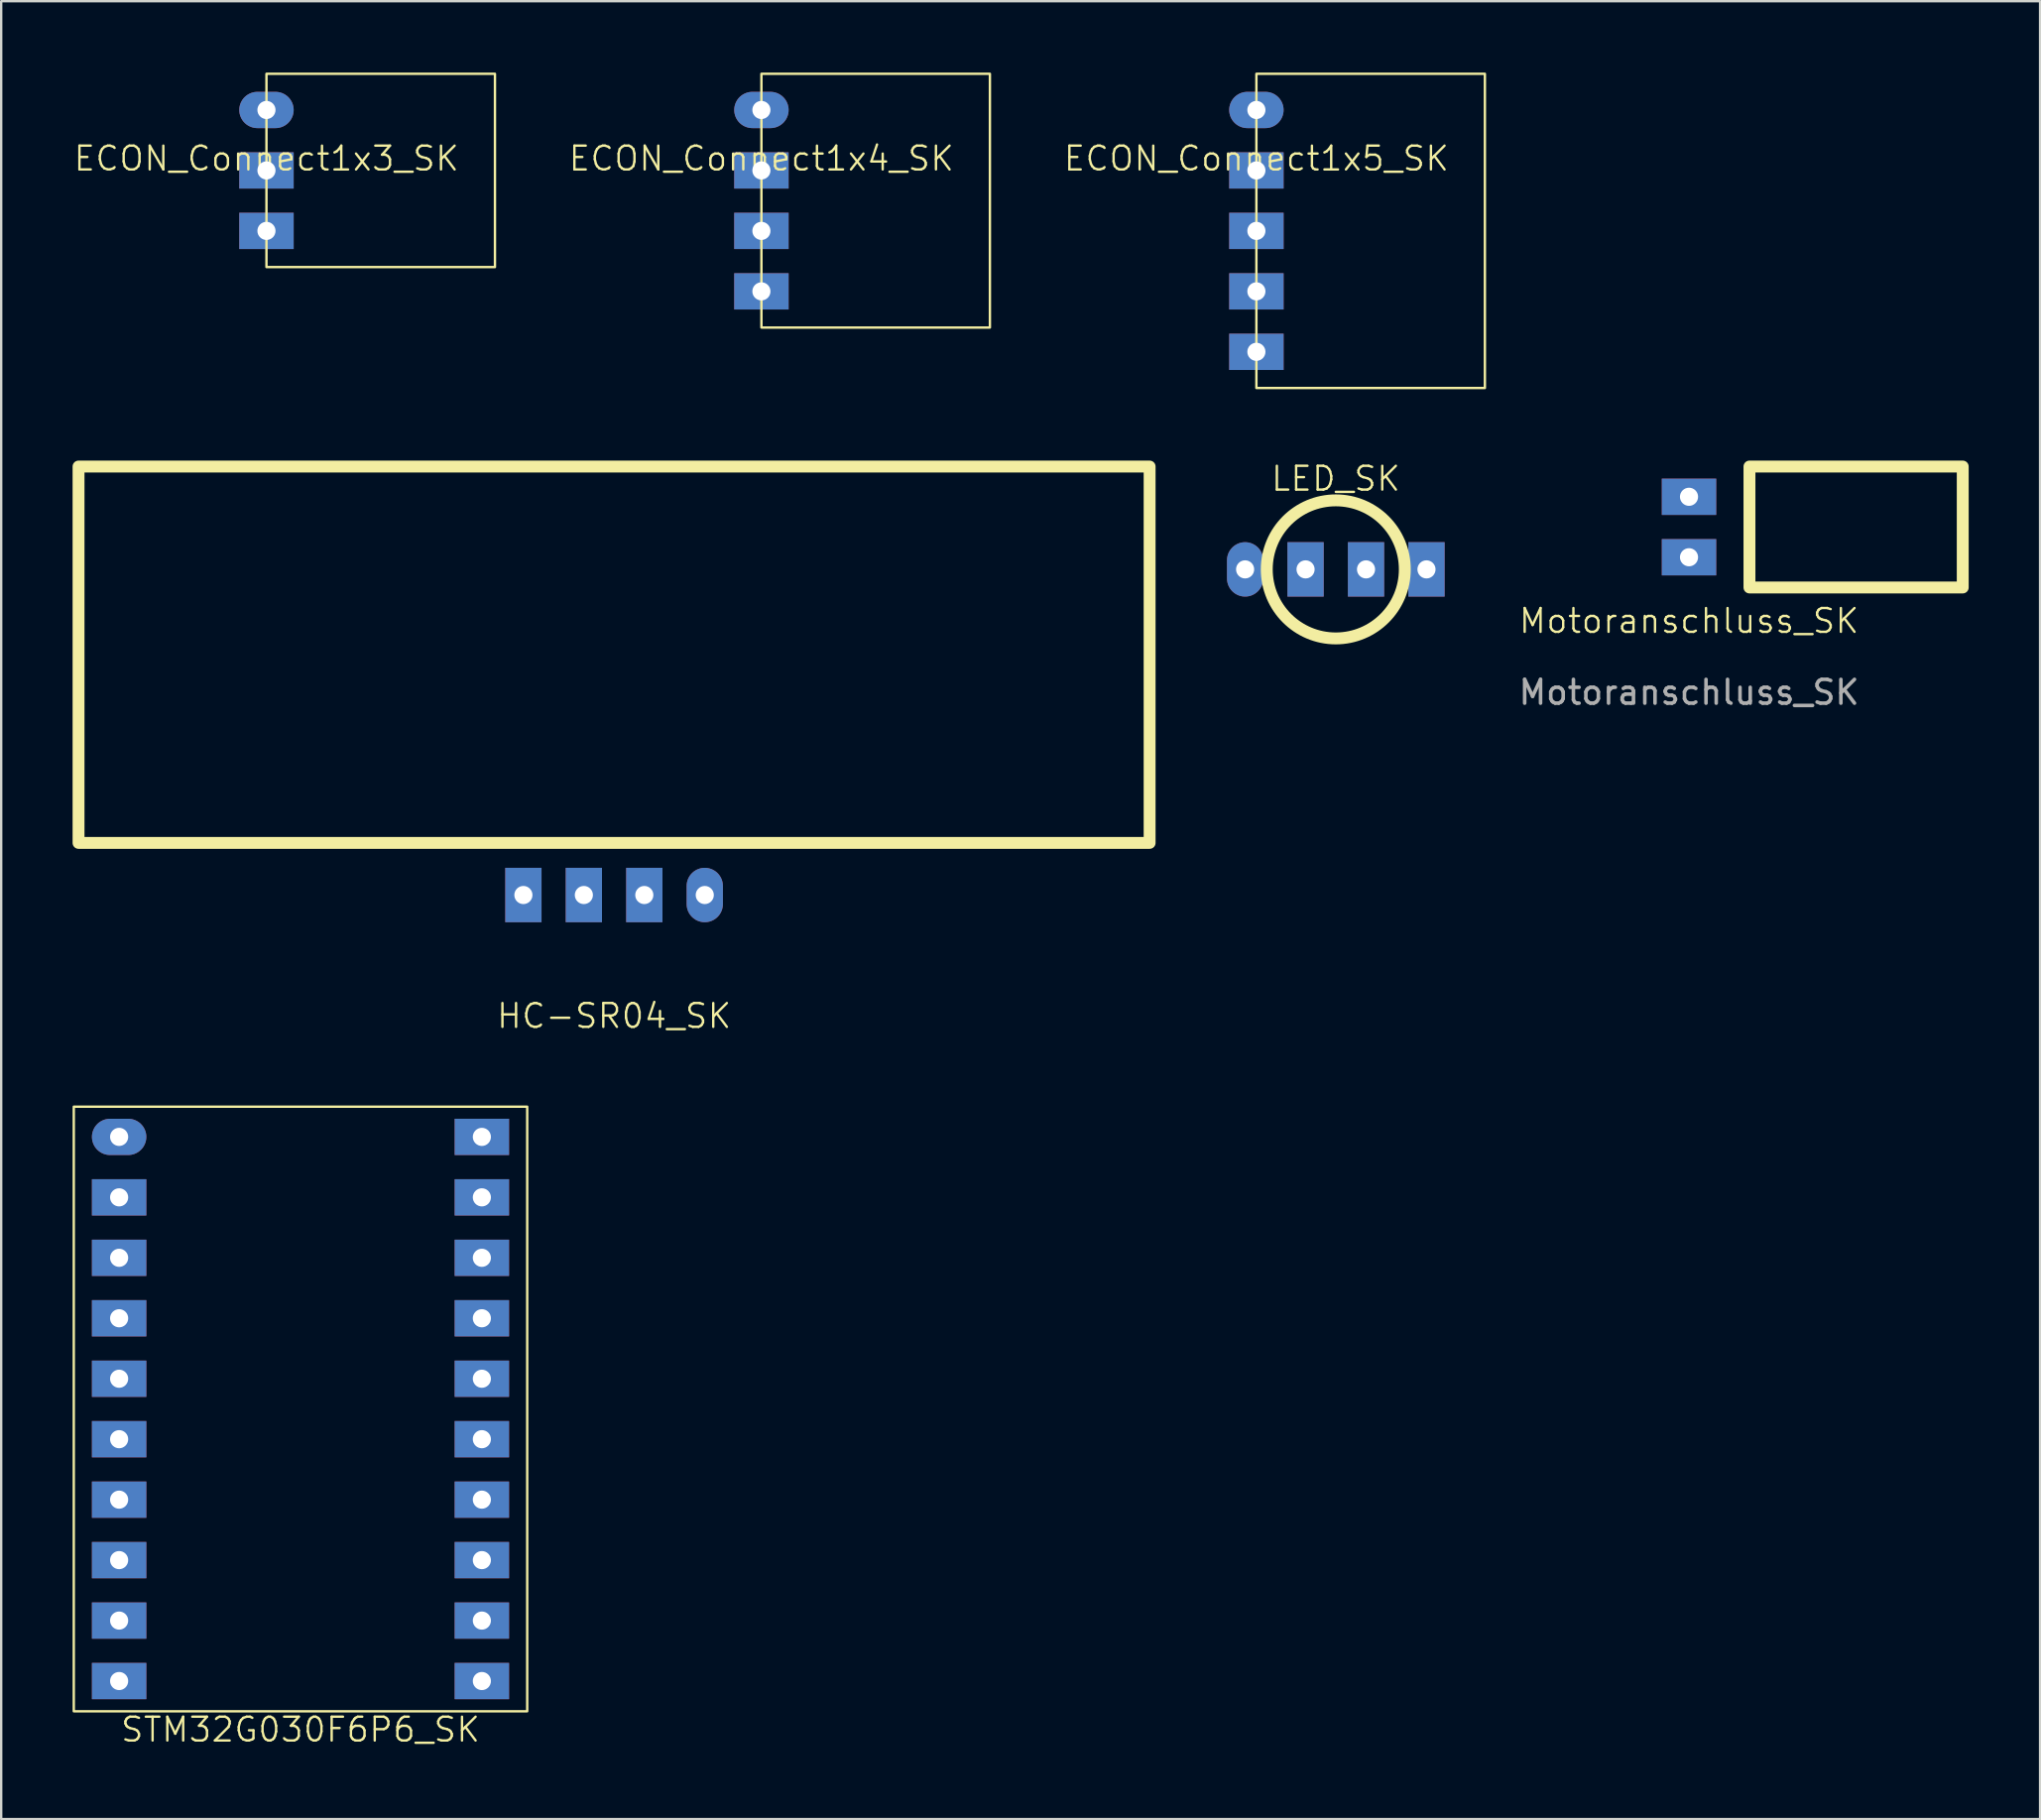
<source format=kicad_pcb>
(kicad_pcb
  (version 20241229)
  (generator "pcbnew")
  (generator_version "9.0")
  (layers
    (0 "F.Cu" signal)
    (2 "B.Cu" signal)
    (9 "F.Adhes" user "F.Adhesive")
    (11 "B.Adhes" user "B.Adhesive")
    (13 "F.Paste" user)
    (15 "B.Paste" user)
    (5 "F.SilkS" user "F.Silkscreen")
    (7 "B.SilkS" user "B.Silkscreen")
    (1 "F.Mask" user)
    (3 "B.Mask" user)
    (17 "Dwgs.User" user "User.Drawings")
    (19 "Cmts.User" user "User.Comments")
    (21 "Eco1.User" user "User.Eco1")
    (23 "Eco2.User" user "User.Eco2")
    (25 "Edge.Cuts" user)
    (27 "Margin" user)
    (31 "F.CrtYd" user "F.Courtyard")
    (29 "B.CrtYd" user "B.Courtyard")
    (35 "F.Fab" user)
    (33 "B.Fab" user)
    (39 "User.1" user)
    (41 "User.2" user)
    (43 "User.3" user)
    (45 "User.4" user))
  (footprint "STM32G030F6P6_SK"
    (layer "F.Cu")
    (at 9.575 70.111)
    (property "Reference" "STM32G030F6P6_SK" (at 0 -0.5 0) (unlocked yes) (layer "F.SilkS") (effects (font (size 1 1) (thickness 0.1))))
    (attr through_hole)
    (fp_rect (start -9.525 -26.67) (end 9.525 -1.27) (stroke (width 0.1) (type default)) (fill no) (layer "F.SilkS"))
    (pad "1" thru_hole oval (at -7.62 -25.4) (size 2.286 1.524) (drill 0.762) (layers "*.Cu" "*.Mask"))
    (pad "2" thru_hole rect (at -7.62 -22.86) (size 2.286 1.524) (drill 0.762) (layers "*.Cu" "*.Mask"))
    (pad "3" thru_hole rect (at -7.62 -20.32) (size 2.286 1.524) (drill 0.762) (layers "*.Cu" "*.Mask"))
    (pad "4" thru_hole rect (at -7.62 -17.78) (size 2.286 1.524) (drill 0.762) (layers "*.Cu" "*.Mask"))
    (pad "5" thru_hole rect (at -7.62 -15.24) (size 2.286 1.524) (drill 0.762) (layers "*.Cu" "*.Mask"))
    (pad "6" thru_hole rect (at -7.62 -12.7) (size 2.286 1.524) (drill 0.762) (layers "*.Cu" "*.Mask"))
    (pad "7" thru_hole rect (at -7.62 -10.16) (size 2.286 1.524) (drill 0.762) (layers "*.Cu" "*.Mask"))
    (pad "8" thru_hole rect (at -7.62 -7.62) (size 2.286 1.524) (drill 0.762) (layers "*.Cu" "*.Mask"))
    (pad "9" thru_hole rect (at -7.62 -5.08) (size 2.286 1.524) (drill 0.762) (layers "*.Cu" "*.Mask"))
    (pad "10" thru_hole rect (at -7.62 -2.54) (size 2.286 1.524) (drill 0.762) (layers "*.Cu" "*.Mask"))
    (pad "11" thru_hole rect (at 7.62 -2.54) (size 2.286 1.524) (drill 0.762) (layers "*.Cu" "*.Mask"))
    (pad "12" thru_hole rect (at 7.62 -5.08) (size 2.286 1.524) (drill 0.762) (layers "*.Cu" "*.Mask"))
    (pad "13" thru_hole rect (at 7.62 -7.62) (size 2.286 1.524) (drill 0.762) (layers "*.Cu" "*.Mask"))
    (pad "14" thru_hole rect (at 7.62 -10.16) (size 2.286 1.524) (drill 0.762) (layers "*.Cu" "*.Mask"))
    (pad "15" thru_hole rect (at 7.62 -12.7) (size 2.286 1.524) (drill 0.762) (layers "*.Cu" "*.Mask"))
    (pad "16" thru_hole rect (at 7.62 -15.24) (size 2.286 1.524) (drill 0.762) (layers "*.Cu" "*.Mask"))
    (pad "17" thru_hole rect (at 7.62 -17.78) (size 2.286 1.524) (drill 0.762) (layers "*.Cu" "*.Mask"))
    (pad "18" thru_hole rect (at 7.62 -20.32) (size 2.286 1.524) (drill 0.762) (layers "*.Cu" "*.Mask"))
    (pad "19" thru_hole rect (at 7.62 -22.86) (size 2.286 1.524) (drill 0.762) (layers "*.Cu" "*.Mask"))
    (pad "20" thru_hole rect (at 7.62 -25.4) (size 2.286 1.524) (drill 0.762) (layers "*.Cu" "*.Mask")))
  (footprint "LED_SK"
    (layer "F.Cu")
    (at 53.072 20.87)
    (property "Reference" "LED_SK" (at 0 -3.81 0) (unlocked yes) (layer "F.SilkS") (effects (font (size 1 1) (thickness 0.1))))
    (attr through_hole)
    (fp_circle (center 0 0) (end 2.9 0) (stroke (width 0.5) (type default)) (fill no) (layer "F.SilkS"))
    (fp_circle (center 2.54 1.27) (end 2.54 1.27) (stroke (width 0.1) (type default)) (fill no) (layer "F.SilkS"))
    (pad "1" thru_hole oval (at -3.81 0) (size 1.524 2.286) (drill 0.762) (layers "*.Cu" "*.Mask"))
    (pad "2" thru_hole rect (at -1.27 0) (size 1.524 2.286) (drill 0.762) (layers "*.Cu" "*.Mask"))
    (pad "3" thru_hole rect (at 1.27 0) (size 1.524 2.286) (drill 0.762) (layers "*.Cu" "*.Mask"))
    (pad "4" thru_hole rect (at 3.81 0) (size 1.524 2.286) (drill 0.762) (layers "*.Cu" "*.Mask")))
  (footprint "ECON_Connect1x5_SK"
    (layer "F.Cu")
    (at 49.736 4.11)
    (property "Reference" "ECON_Connect1x5_SK" (at 0 -0.5 0) (unlocked yes) (layer "F.SilkS") (effects (font (size 1 1) (thickness 0.1))))
    (attr through_hole)
    (fp_rect (start 0 -4.06) (end 9.6 9.14) (stroke (width 0.1) (type default)) (fill no) (layer "F.SilkS"))
    (pad "1" thru_hole oval (at 0 -2.54) (size 2.286 1.524) (drill 0.762) (layers "*.Cu" "*.Mask"))
    (pad "2" thru_hole rect (at 0 0) (size 2.286 1.524) (drill 0.762) (layers "*.Cu" "*.Mask"))
    (pad "3" thru_hole rect (at 0 2.54) (size 2.286 1.524) (drill 0.762) (layers "*.Cu" "*.Mask"))
    (pad "4" thru_hole rect (at 0 5.08) (size 2.286 1.524) (drill 0.762) (layers "*.Cu" "*.Mask"))
    (pad "5" thru_hole rect (at 0 7.62) (size 2.286 1.524) (drill 0.762) (layers "*.Cu" "*.Mask")))
  (footprint "Motoranschluss_SK"
    (layer "F.Cu")
    (at 67.912 23.535)
    (property "Reference" "Motoranschluss_SK" (at 0 -0.5 0) (unlocked yes) (layer "F.SilkS") (effects (font (size 1 1) (thickness 0.1))))
    (attr through_hole)
    (fp_rect (start 2.54 -6.985) (end 11.5 -1.905) (stroke (width 0.5) (type default)) (fill no) (layer "F.SilkS"))
    (fp_text user "${REFERENCE}" (at 0 2.5 0) (unlocked yes) (layer "F.Fab") (effects (font (size 1 1) (thickness 0.15))))
    (pad "1" thru_hole rect (at 0 -5.715) (size 2.286 1.524) (drill 0.762) (layers "*.Cu" "*.Mask"))
    (pad "2" thru_hole rect (at 0 -3.175) (size 2.286 1.524) (drill 0.762) (layers "*.Cu" "*.Mask")))
  (footprint "HC-SR04_SK"
    (layer "F.Cu")
    (at 22.75 34.55)
    (property "Reference" "HC-SR04_SK" (at 0 5.08 0) (unlocked yes) (layer "F.SilkS") (effects (font (size 1 1) (thickness 0.1))))
    (attr through_hole)
    (fp_rect (start -22.5 -2.19) (end 22.5 -18) (stroke (width 0.5) (type solid)) (fill no) (layer "F.SilkS"))
    (pad "1" thru_hole oval (at 3.81 0) (size 1.524 2.286) (drill 0.762) (layers "*.Cu" "*.Mask"))
    (pad "2" thru_hole rect (at 1.27 0) (size 1.524 2.286) (drill 0.762) (layers "*.Cu" "*.Mask"))
    (pad "3" thru_hole rect (at -1.27 0) (size 1.524 2.286) (drill 0.762) (layers "*.Cu" "*.Mask"))
    (pad "4" thru_hole rect (at -3.81 0) (size 1.524 2.286) (drill 0.762) (layers "*.Cu" "*.Mask")))
  (footprint "ECON_Connect1x3_SK"
    (layer "F.Cu")
    (at 8.145 4.11)
    (property "Reference" "ECON_Connect1x3_SK" (at 0 -0.5 0) (unlocked yes) (layer "F.SilkS") (effects (font (size 1 1) (thickness 0.1))))
    (attr through_hole)
    (fp_rect (start 0 -4.06) (end 9.6 4.06) (stroke (width 0.1) (type default)) (fill no) (layer "F.SilkS"))
    (pad "1" thru_hole oval (at 0 -2.54) (size 2.286 1.524) (drill 0.762) (layers "*.Cu" "*.Mask"))
    (pad "2" thru_hole rect (at 0 0) (size 2.286 1.524) (drill 0.762) (layers "*.Cu" "*.Mask"))
    (pad "3" thru_hole rect (at 0 2.54) (size 2.286 1.524) (drill 0.762) (layers "*.Cu" "*.Mask")))
  (footprint "ECON_Connect1x4_SK"
    (layer "F.Cu")
    (at 28.94 4.11)
    (property "Reference" "ECON_Connect1x4_SK" (at 0 -0.5 0) (unlocked yes) (layer "F.SilkS") (effects (font (size 1 1) (thickness 0.1))))
    (attr through_hole)
    (fp_rect (start 0 -4.06) (end 9.6 6.6) (stroke (width 0.1) (type default)) (fill no) (layer "F.SilkS"))
    (pad "1" thru_hole oval (at 0 -2.54) (size 2.286 1.524) (drill 0.762) (layers "*.Cu" "*.Mask"))
    (pad "2" thru_hole rect (at 0 0) (size 2.286 1.524) (drill 0.762) (layers "*.Cu" "*.Mask"))
    (pad "3" thru_hole rect (at 0 2.54) (size 2.286 1.524) (drill 0.762) (layers "*.Cu" "*.Mask"))
    (pad "4" thru_hole rect (at 0 5.08) (size 2.286 1.524) (drill 0.762) (layers "*.Cu" "*.Mask")))
  (gr_rect
    (start -3 -3)
    (end 82.662 73.371)
    (stroke (width 0.1) (type default))
    (fill no)
    (layer "Edge.Cuts")))
</source>
